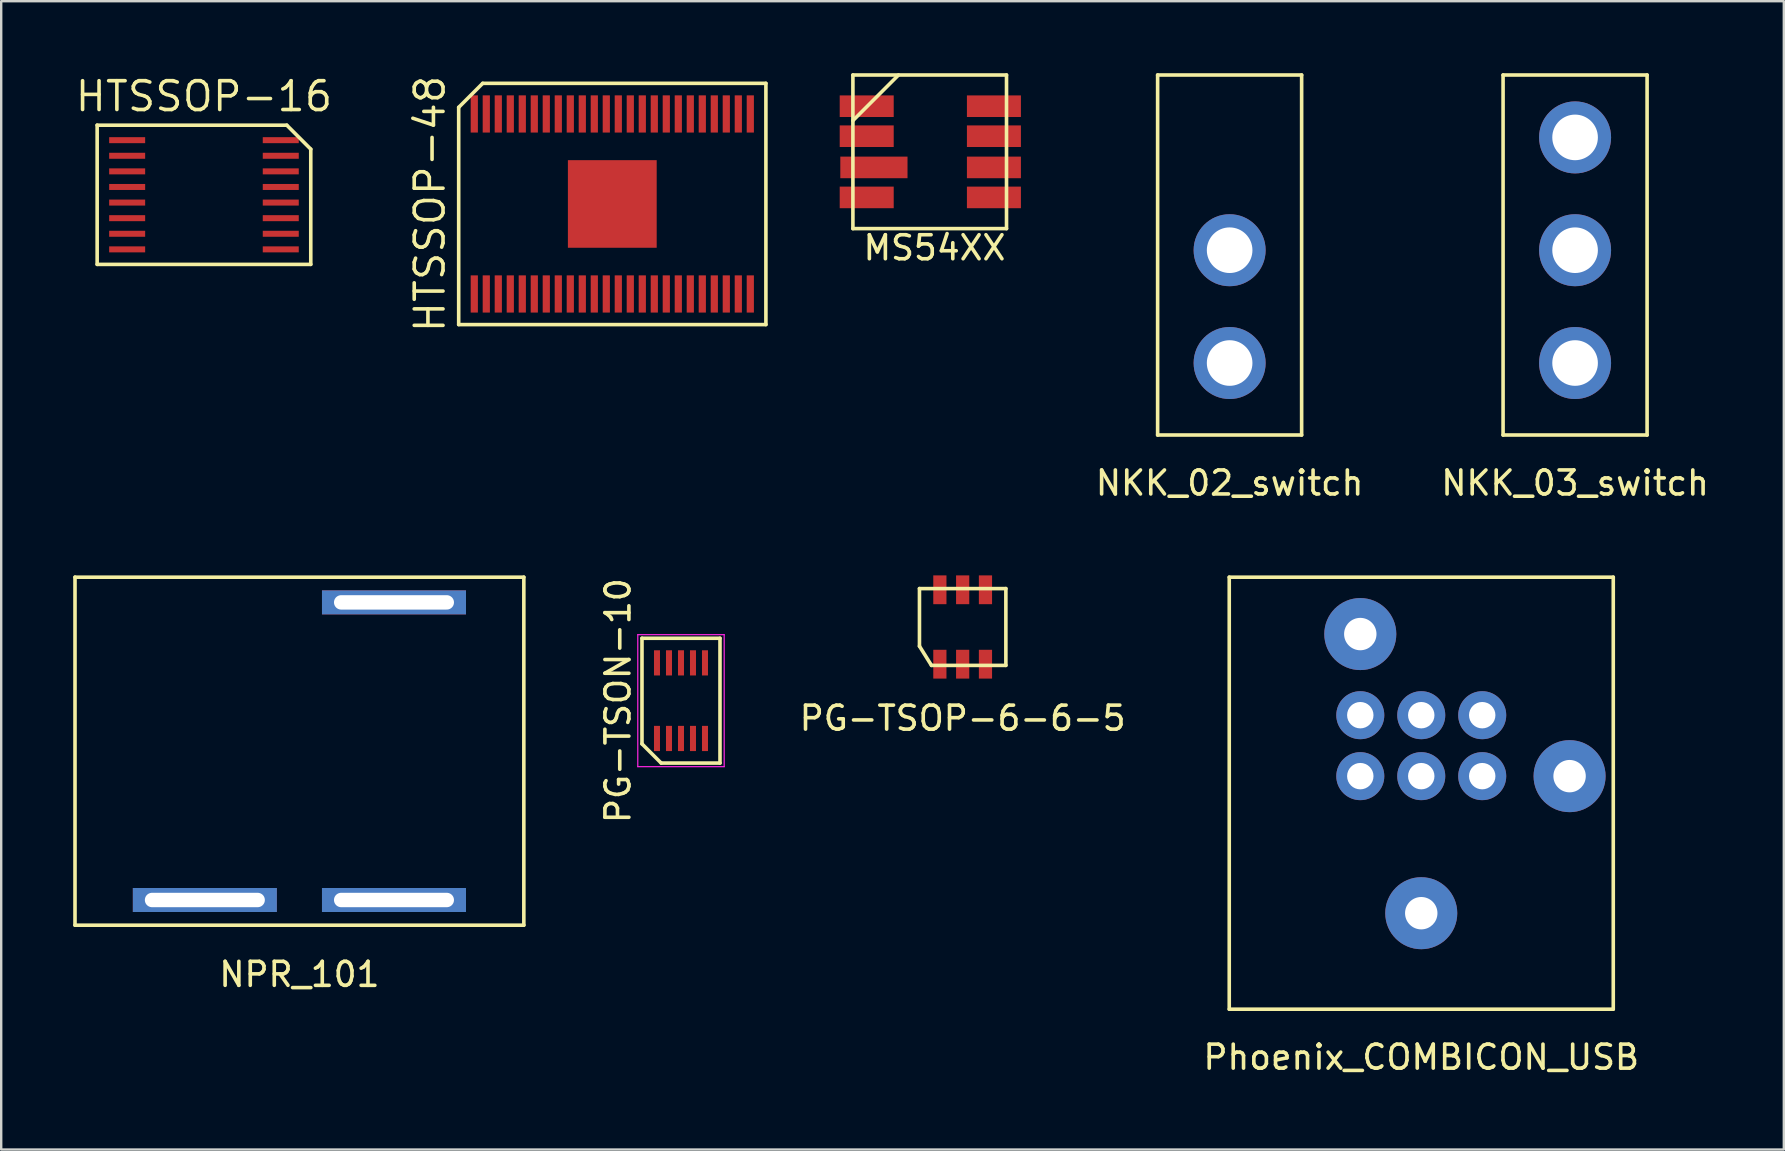
<source format=kicad_pcb>
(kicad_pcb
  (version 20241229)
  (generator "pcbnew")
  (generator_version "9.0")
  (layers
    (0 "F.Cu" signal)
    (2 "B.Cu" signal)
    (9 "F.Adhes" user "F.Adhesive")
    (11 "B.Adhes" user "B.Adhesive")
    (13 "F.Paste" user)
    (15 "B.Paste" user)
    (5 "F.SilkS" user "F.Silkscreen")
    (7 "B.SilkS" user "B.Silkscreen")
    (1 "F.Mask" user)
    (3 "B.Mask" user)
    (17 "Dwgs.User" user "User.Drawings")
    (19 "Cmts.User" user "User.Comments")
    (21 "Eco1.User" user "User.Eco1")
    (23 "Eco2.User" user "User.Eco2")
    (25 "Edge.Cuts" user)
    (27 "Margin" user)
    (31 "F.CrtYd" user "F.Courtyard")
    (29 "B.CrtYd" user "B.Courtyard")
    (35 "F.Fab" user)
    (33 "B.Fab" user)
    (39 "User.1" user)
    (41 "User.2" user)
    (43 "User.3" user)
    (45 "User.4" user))
  (footprint "HTSSOP-48"
    (layer "F.Cu")
    (at 22.461 5.448)
    (property "Reference" "HTSSOP-48" (at -7.6 0 90) (layer "F.SilkS") (effects (font (size 1.2 1.2) (thickness 0.15))))
    (attr through_hole)
    (fp_line (start -6.4 -4.025) (end -6.4 5.025) (stroke (width 0.15) (type solid)) (layer "F.SilkS"))
    (fp_line (start -6.4 5.025) (end 6.4 5.025) (stroke (width 0.15) (type solid)) (layer "F.SilkS"))
    (fp_line (start -5.4 -5.025) (end -6.4 -4.025) (stroke (width 0.15) (type solid)) (layer "F.SilkS"))
    (fp_line (start 6.4 -5.025) (end -5.4 -5.025) (stroke (width 0.15) (type solid)) (layer "F.SilkS"))
    (fp_line (start 6.4 5.025) (end 6.4 -5.025) (stroke (width 0.15) (type solid)) (layer "F.SilkS"))
    (pad "1" smd rect (at -5.75 3.75) (size 0.3 1.55) (layers "F.Cu" "F.Mask" "F.Paste"))
    (pad "2" smd rect (at -5.25 3.75) (size 0.3 1.55) (layers "F.Cu" "F.Mask" "F.Paste"))
    (pad "3" smd rect (at -4.75 3.75) (size 0.3 1.55) (layers "F.Cu" "F.Mask" "F.Paste"))
    (pad "4" smd rect (at -4.25 3.75) (size 0.3 1.55) (layers "F.Cu" "F.Mask" "F.Paste"))
    (pad "5" smd rect (at -3.75 3.75) (size 0.3 1.55) (layers "F.Cu" "F.Mask" "F.Paste"))
    (pad "6" smd rect (at -3.25 3.75) (size 0.3 1.55) (layers "F.Cu" "F.Mask" "F.Paste"))
    (pad "7" smd rect (at -2.75 3.75) (size 0.3 1.55) (layers "F.Cu" "F.Mask" "F.Paste"))
    (pad "8" smd rect (at -2.25 3.75) (size 0.3 1.55) (layers "F.Cu" "F.Mask" "F.Paste"))
    (pad "9" smd rect (at -1.75 3.75) (size 0.3 1.55) (layers "F.Cu" "F.Mask" "F.Paste"))
    (pad "10" smd rect (at -1.25 3.75) (size 0.3 1.55) (layers "F.Cu" "F.Mask" "F.Paste"))
    (pad "11" smd rect (at -0.75 3.75) (size 0.3 1.55) (layers "F.Cu" "F.Mask" "F.Paste"))
    (pad "12" smd rect (at -0.25 3.75) (size 0.3 1.55) (layers "F.Cu" "F.Mask" "F.Paste"))
    (pad "12" smd rect (at 0 0) (size 3.7 3.65) (layers "F.Cu" "F.Mask" "F.Paste"))
    (pad "13" smd rect (at 0.25 3.75) (size 0.3 1.55) (layers "F.Cu" "F.Mask" "F.Paste"))
    (pad "14" smd rect (at 0.75 3.75) (size 0.3 1.55) (layers "F.Cu" "F.Mask" "F.Paste"))
    (pad "15" smd rect (at 1.25 3.75) (size 0.3 1.55) (layers "F.Cu" "F.Mask" "F.Paste"))
    (pad "16" smd rect (at 1.75 3.75) (size 0.3 1.55) (layers "F.Cu" "F.Mask" "F.Paste"))
    (pad "17" smd rect (at 2.25 3.75) (size 0.3 1.55) (layers "F.Cu" "F.Mask" "F.Paste"))
    (pad "18" smd rect (at 2.75 3.75) (size 0.3 1.55) (layers "F.Cu" "F.Mask" "F.Paste"))
    (pad "19" smd rect (at 3.25 3.75) (size 0.3 1.55) (layers "F.Cu" "F.Mask" "F.Paste"))
    (pad "20" smd rect (at 3.75 3.75) (size 0.3 1.55) (layers "F.Cu" "F.Mask" "F.Paste"))
    (pad "21" smd rect (at 4.25 3.75) (size 0.3 1.55) (layers "F.Cu" "F.Mask" "F.Paste"))
    (pad "22" smd rect (at 4.75 3.75) (size 0.3 1.55) (layers "F.Cu" "F.Mask" "F.Paste"))
    (pad "23" smd rect (at 5.25 3.75) (size 0.3 1.55) (layers "F.Cu" "F.Mask" "F.Paste"))
    (pad "24" smd rect (at 5.75 3.75) (size 0.3 1.55) (layers "F.Cu" "F.Mask" "F.Paste"))
    (pad "25" smd rect (at 5.75 -3.75) (size 0.3 1.55) (layers "F.Cu" "F.Mask" "F.Paste"))
    (pad "26" smd rect (at 5.25 -3.75) (size 0.3 1.55) (layers "F.Cu" "F.Mask" "F.Paste"))
    (pad "27" smd rect (at 4.75 -3.75) (size 0.3 1.55) (layers "F.Cu" "F.Mask" "F.Paste"))
    (pad "28" smd rect (at 4.25 -3.75) (size 0.3 1.55) (layers "F.Cu" "F.Mask" "F.Paste"))
    (pad "29" smd rect (at 3.75 -3.75) (size 0.3 1.55) (layers "F.Cu" "F.Mask" "F.Paste"))
    (pad "30" smd rect (at 3.25 -3.75) (size 0.3 1.55) (layers "F.Cu" "F.Mask" "F.Paste"))
    (pad "31" smd rect (at 2.75 -3.75) (size 0.3 1.55) (layers "F.Cu" "F.Mask" "F.Paste"))
    (pad "32" smd rect (at 2.25 -3.75) (size 0.3 1.55) (layers "F.Cu" "F.Mask" "F.Paste"))
    (pad "33" smd rect (at 1.75 -3.75) (size 0.3 1.55) (layers "F.Cu" "F.Mask" "F.Paste"))
    (pad "34" smd rect (at 1.25 -3.75) (size 0.3 1.55) (layers "F.Cu" "F.Mask" "F.Paste"))
    (pad "35" smd rect (at 0.75 -3.75) (size 0.3 1.55) (layers "F.Cu" "F.Mask" "F.Paste"))
    (pad "36" smd rect (at 0.25 -3.75) (size 0.3 1.55) (layers "F.Cu" "F.Mask" "F.Paste"))
    (pad "37" smd rect (at -0.25 -3.75) (size 0.3 1.55) (layers "F.Cu" "F.Mask" "F.Paste"))
    (pad "38" smd rect (at -0.75 -3.75) (size 0.3 1.55) (layers "F.Cu" "F.Mask" "F.Paste"))
    (pad "39" smd rect (at -1.25 -3.75) (size 0.3 1.55) (layers "F.Cu" "F.Mask" "F.Paste"))
    (pad "40" smd rect (at -1.75 -3.75) (size 0.3 1.55) (layers "F.Cu" "F.Mask" "F.Paste"))
    (pad "41" smd rect (at -2.25 -3.75) (size 0.3 1.55) (layers "F.Cu" "F.Mask" "F.Paste"))
    (pad "42" smd rect (at -2.75 -3.75) (size 0.3 1.55) (layers "F.Cu" "F.Mask" "F.Paste"))
    (pad "43" smd rect (at -3.25 -3.75) (size 0.3 1.55) (layers "F.Cu" "F.Mask" "F.Paste"))
    (pad "44" smd rect (at -3.75 -3.75) (size 0.3 1.55) (layers "F.Cu" "F.Mask" "F.Paste"))
    (pad "45" smd rect (at -4.25 -3.75) (size 0.3 1.55) (layers "F.Cu" "F.Mask" "F.Paste"))
    (pad "46" smd rect (at -4.75 -3.75) (size 0.3 1.55) (layers "F.Cu" "F.Mask" "F.Paste"))
    (pad "47" smd rect (at -5.25 -3.75) (size 0.3 1.55) (layers "F.Cu" "F.Mask" "F.Paste"))
    (pad "48" smd rect (at -5.75 -3.75) (size 0.3 1.55) (layers "F.Cu" "F.Mask" "F.Paste")))
  (footprint "HTSSOP-16"
    (layer "F.Cu")
    (at 5.723 4.74)
    (property "Reference" "HTSSOP-16" (at -0.275 -3.775 0) (layer "F.SilkS") (effects (font (size 1.2 1.2) (thickness 0.15))))
    (attr through_hole)
    (fp_line (start -4.725 -2.575) (end -4.725 3.225) (stroke (width 0.15) (type solid)) (layer "F.SilkS"))
    (fp_line (start -4.725 3.225) (end 4.175 3.225) (stroke (width 0.15) (type solid)) (layer "F.SilkS"))
    (fp_line (start 3.175 -2.575) (end -4.725 -2.575) (stroke (width 0.15) (type solid)) (layer "F.SilkS"))
    (fp_line (start 4.175 -1.575) (end 3.175 -2.575) (stroke (width 0.15) (type solid)) (layer "F.SilkS"))
    (fp_line (start 4.175 3.225) (end 4.175 -1.575) (stroke (width 0.15) (type solid)) (layer "F.SilkS"))
    (pad "1" smd rect (at -3.475 -1.95 270) (size 0.25 1.5) (layers "F.Cu" "F.Mask" "F.Paste"))
    (pad "2" smd rect (at -3.475 -1.3 270) (size 0.25 1.5) (layers "F.Cu" "F.Mask" "F.Paste"))
    (pad "3" smd rect (at -3.475 -0.65 270) (size 0.25 1.5) (layers "F.Cu" "F.Mask" "F.Paste"))
    (pad "4" smd rect (at -3.475 0 270) (size 0.25 1.5) (layers "F.Cu" "F.Mask" "F.Paste"))
    (pad "5" smd rect (at -3.475 0.65 270) (size 0.25 1.5) (layers "F.Cu" "F.Mask" "F.Paste"))
    (pad "6" smd rect (at -3.475 1.3 270) (size 0.25 1.5) (layers "F.Cu" "F.Mask" "F.Paste"))
    (pad "7" smd rect (at -3.475 1.95 270) (size 0.25 1.5) (layers "F.Cu" "F.Mask" "F.Paste"))
    (pad "8" smd rect (at -3.475 2.6 270) (size 0.25 1.5) (layers "F.Cu" "F.Mask" "F.Paste"))
    (pad "9" smd rect (at 2.925 2.6 270) (size 0.25 1.5) (layers "F.Cu" "F.Mask" "F.Paste"))
    (pad "10" smd rect (at 2.925 1.95 270) (size 0.25 1.5) (layers "F.Cu" "F.Mask" "F.Paste"))
    (pad "11" smd rect (at 2.925 1.3 270) (size 0.25 1.5) (layers "F.Cu" "F.Mask" "F.Paste"))
    (pad "12" smd rect (at 2.925 0.65 270) (size 0.25 1.5) (layers "F.Cu" "F.Mask" "F.Paste"))
    (pad "13" smd rect (at 2.925 0 270) (size 0.25 1.5) (layers "F.Cu" "F.Mask" "F.Paste"))
    (pad "14" smd rect (at 2.925 -0.65 270) (size 0.25 1.5) (layers "F.Cu" "F.Mask" "F.Paste"))
    (pad "15" smd rect (at 2.925 -1.3 270) (size 0.25 1.5) (layers "F.Cu" "F.Mask" "F.Paste"))
    (pad "16" smd rect (at 2.925 -1.95 270) (size 0.25 1.5) (layers "F.Cu" "F.Mask" "F.Paste")))
  (footprint "MS54XX"
    (layer "F.Cu")
    (at 35.686 3.275)
    (property "Reference" "MS54XX" (at 0.2 4 0) (layer "F.SilkS") (effects (font (size 1 1) (thickness 0.15))))
    (attr through_hole)
    (fp_line (start -3.2 -3.2) (end 3.2 -3.2) (stroke (width 0.15) (type solid)) (layer "F.SilkS"))
    (fp_line (start -3.2 -1.3) (end -1.3 -3.2) (stroke (width 0.15) (type solid)) (layer "F.SilkS"))
    (fp_line (start -3.2 3.2) (end -3.2 -3.2) (stroke (width 0.15) (type solid)) (layer "F.SilkS"))
    (fp_line (start 3.2 -3.2) (end 3.2 3.2) (stroke (width 0.15) (type solid)) (layer "F.SilkS"))
    (fp_line (start 3.2 3.2) (end -3.2 3.2) (stroke (width 0.15) (type solid)) (layer "F.SilkS"))
    (pad "1" smd rect (at -2.625 -1.9) (size 2.25 0.9) (layers "F.Cu" "F.Mask" "F.Paste"))
    (pad "2" smd rect (at -2.625 -0.65) (size 2.25 0.9) (layers "F.Cu" "F.Mask" "F.Paste"))
    (pad "3" smd rect (at -2.325 0.65) (size 2.8 0.9) (layers "F.Cu" "F.Mask" "F.Paste"))
    (pad "4" smd rect (at -2.625 1.9) (size 2.25 0.9) (layers "F.Cu" "F.Mask" "F.Paste"))
    (pad "5" smd rect (at 2.675 1.9) (size 2.25 0.9) (layers "F.Cu" "F.Mask" "F.Paste"))
    (pad "6" smd rect (at 2.675 0.65) (size 2.25 0.9) (layers "F.Cu" "F.Mask" "F.Paste"))
    (pad "7" smd rect (at 2.675 -0.65) (size 2.25 0.9) (layers "F.Cu" "F.Mask" "F.Paste"))
    (pad "8" smd rect (at 2.675 -1.9) (size 2.25 0.9) (layers "F.Cu" "F.Mask" "F.Paste")))
  (footprint "NKK_02_switch"
    (layer "F.Cu")
    (at 48.182 12.075)
    (property "Reference" "NKK_02_switch" (at 0 5 0) (layer "F.SilkS") (effects (font (size 1 1) (thickness 0.15))))
    (attr through_hole)
    (fp_line (start -3 -12) (end 3 -12) (stroke (width 0.15) (type solid)) (layer "F.SilkS"))
    (fp_line (start -3 3) (end -3 -12) (stroke (width 0.15) (type solid)) (layer "F.SilkS"))
    (fp_line (start 3 -12) (end 3 3) (stroke (width 0.15) (type solid)) (layer "F.SilkS"))
    (fp_line (start 3 3) (end -3 3) (stroke (width 0.15) (type solid)) (layer "F.SilkS"))
    (pad "1" thru_hole circle (at 0 0 90) (size 3 3) (drill 1.9) (layers "*.Cu" "*.Mask"))
    (pad "2" thru_hole circle (at 0 -4.7 90) (size 3 3) (drill 1.9) (layers "*.Cu" "*.Mask")))
  (footprint "PG-TSON-10"
    (layer "F.Cu")
    (at 25.323 26.143)
    (property "Reference" "PG-TSON-10" (at -2.625 0 90) (layer "F.SilkS") (effects (font (size 1 1) (thickness 0.15))))
    (attr smd)
    (fp_line (start -1.625 -2.6) (end 1.625 -2.6) (stroke (width 0.15) (type solid)) (layer "F.SilkS"))
    (fp_line (start -1.625 1.8) (end -1.625 -2.6) (stroke (width 0.15) (type solid)) (layer "F.SilkS"))
    (fp_line (start -0.825 2.6) (end -1.625 1.8) (stroke (width 0.15) (type solid)) (layer "F.SilkS"))
    (fp_line (start 1.625 -2.6) (end 1.625 2.6) (stroke (width 0.15) (type solid)) (layer "F.SilkS"))
    (fp_line (start 1.625 2.6) (end -0.825 2.6) (stroke (width 0.15) (type solid)) (layer "F.SilkS"))
    (fp_line (start -1.8 -2.75) (end 1.8 -2.75) (stroke (width 0.05) (type solid)) (layer "F.CrtYd"))
    (fp_line (start -1.8 2.75) (end -1.8 -2.75) (stroke (width 0.05) (type solid)) (layer "F.CrtYd"))
    (fp_line (start 1.8 -2.75) (end 1.8 2.75) (stroke (width 0.05) (type solid)) (layer "F.CrtYd"))
    (fp_line (start 1.8 2.75) (end -1.8 2.75) (stroke (width 0.05) (type solid)) (layer "F.CrtYd"))
    (pad "1" smd rect (at -1 1.575) (size 0.25 1.05) (layers "F.Cu" "F.Mask" "F.Paste"))
    (pad "2" smd rect (at -0.5 1.575) (size 0.25 1.05) (layers "F.Cu" "F.Mask" "F.Paste"))
    (pad "3" smd rect (at 0 1.575) (size 0.25 1.05) (layers "F.Cu" "F.Mask" "F.Paste"))
    (pad "4" smd rect (at 0.5 1.575) (size 0.25 1.05) (layers "F.Cu" "F.Mask" "F.Paste"))
    (pad "5" smd rect (at 1 1.575) (size 0.25 1.05) (layers "F.Cu" "F.Mask" "F.Paste"))
    (pad "6" smd rect (at 1 -1.575) (size 0.25 1.05) (layers "F.Cu" "F.Mask" "F.Paste"))
    (pad "7" smd rect (at 0.5 -1.575) (size 0.25 1.05) (layers "F.Cu" "F.Mask" "F.Paste"))
    (pad "8" smd rect (at 0 -1.575) (size 0.25 1.05) (layers "F.Cu" "F.Mask" "F.Paste"))
    (pad "9" smd rect (at -0.5 -1.575) (size 0.25 1.05) (layers "F.Cu" "F.Mask" "F.Paste"))
    (pad "10" smd rect (at -1 -1.575) (size 0.25 1.05) (layers "F.Cu" "F.Mask" "F.Paste")))
  (footprint "NPR_101"
    (layer "F.Cu")
    (at 9.425 28.248)
    (property "Reference" "NPR_101" (at 0 9.3 0) (layer "F.SilkS") (effects (font (size 1 1) (thickness 0.15))))
    (attr through_hole)
    (fp_line (start -9.35 -7.25) (end 9.35 -7.25) (stroke (width 0.15) (type solid)) (layer "F.SilkS"))
    (fp_line (start -9.35 7.25) (end -9.35 -7.25) (stroke (width 0.15) (type solid)) (layer "F.SilkS"))
    (fp_line (start 9.35 -7.25) (end 9.35 7.25) (stroke (width 0.15) (type solid)) (layer "F.SilkS"))
    (fp_line (start 9.35 7.25) (end -9.35 7.25) (stroke (width 0.15) (type solid)) (layer "F.SilkS"))
    (pad "1" thru_hole rect (at 3.94 6.2) (size 6 1) (drill oval 5 0.6) (layers "*.Cu" "*.Mask"))
    (pad "2" thru_hole rect (at 3.94 -6.2) (size 6 1) (drill oval 5 0.6) (layers "*.Cu" "*.Mask"))
    (pad "3" thru_hole rect (at -3.94 6.2) (size 6 1) (drill oval 5 0.6) (layers "*.Cu" "*.Mask")))
  (footprint "PG-TSOP-6-6-5"
    (layer "F.Cu")
    (at 37.059 23.073)
    (property "Reference" "PG-TSOP-6-6-5" (at 0 3.8 0) (layer "F.SilkS") (effects (font (size 1 1) (thickness 0.15))))
    (attr through_hole)
    (fp_line (start -1.8 -1.6) (end 1.8 -1.6) (stroke (width 0.15) (type solid)) (layer "F.SilkS"))
    (fp_line (start -1.8 0.8) (end -1.8 -1.6) (stroke (width 0.15) (type solid)) (layer "F.SilkS"))
    (fp_line (start -1.3 1.6) (end -1.8 0.8) (stroke (width 0.15) (type solid)) (layer "F.SilkS"))
    (fp_line (start 1.8 -1.6) (end 1.8 1.6) (stroke (width 0.15) (type solid)) (layer "F.SilkS"))
    (fp_line (start 1.8 1.6) (end -1.3 1.6) (stroke (width 0.15) (type solid)) (layer "F.SilkS"))
    (pad "1" smd rect (at -0.95 1.55) (size 0.55 1.2) (layers "F.Cu" "F.Mask" "F.Paste"))
    (pad "2" smd rect (at 0 1.55) (size 0.55 1.2) (layers "F.Cu" "F.Mask" "F.Paste"))
    (pad "3" smd rect (at 0.95 1.55) (size 0.55 1.2) (layers "F.Cu" "F.Mask" "F.Paste"))
    (pad "4" smd rect (at 0.95 -1.55) (size 0.55 1.2) (layers "F.Cu" "F.Mask" "F.Paste"))
    (pad "5" smd rect (at 0 -1.55) (size 0.55 1.2) (layers "F.Cu" "F.Mask" "F.Paste"))
    (pad "6" smd rect (at -0.95 -1.55) (size 0.55 1.2) (layers "F.Cu" "F.Mask" "F.Paste")))
  (footprint "NKK_03_switch"
    (layer "F.Cu")
    (at 62.575 12.075)
    (property "Reference" "NKK_03_switch" (at 0 5 0) (layer "F.SilkS") (effects (font (size 1 1) (thickness 0.15))))
    (attr through_hole)
    (fp_line (start -3 -12) (end 3 -12) (stroke (width 0.15) (type solid)) (layer "F.SilkS"))
    (fp_line (start -3 3) (end -3 -12) (stroke (width 0.15) (type solid)) (layer "F.SilkS"))
    (fp_line (start 3 -12) (end 3 3) (stroke (width 0.15) (type solid)) (layer "F.SilkS"))
    (fp_line (start 3 3) (end -3 3) (stroke (width 0.15) (type solid)) (layer "F.SilkS"))
    (pad "1" thru_hole circle (at 0 0 90) (size 3 3) (drill 1.9) (layers "*.Cu" "*.Mask"))
    (pad "2" thru_hole circle (at 0 -4.7 90) (size 3 3) (drill 1.9) (layers "*.Cu" "*.Mask"))
    (pad "3" thru_hole circle (at 0 -9.4 90) (size 3 3) (drill 1.9) (layers "*.Cu" "*.Mask")))
  (footprint "Phoenix_COMBICON_USB"
    (layer "F.Cu")
    (at 56.166 34.998)
    (property "Reference" "Phoenix_COMBICON_USB" (at 0 6 0) (layer "F.SilkS") (effects (font (size 1 1) (thickness 0.15))))
    (attr through_hole)
    (fp_line (start -8 -14) (end 8 -14) (stroke (width 0.15) (type solid)) (layer "F.SilkS"))
    (fp_line (start -8 4) (end -8 -14) (stroke (width 0.15) (type solid)) (layer "F.SilkS"))
    (fp_line (start 8 -14) (end 8 4) (stroke (width 0.15) (type solid)) (layer "F.SilkS"))
    (fp_line (start 8 4) (end -8 4) (stroke (width 0.15) (type solid)) (layer "F.SilkS"))
    (pad "" thru_hole circle (at -2.54 -11.63 90) (size 3 3) (drill 1.35) (layers "*.Cu" "*.Mask"))
    (pad "" thru_hole circle (at 0 0 90) (size 3 3) (drill 1.35) (layers "*.Cu" "*.Mask"))
    (pad "" thru_hole circle (at 2.54 -8.25 90) (size 2 2) (drill 1.1) (layers "*.Cu" "*.Mask"))
    (pad "" thru_hole circle (at 6.18 -5.71 90) (size 3 3) (drill 1.35) (layers "*.Cu" "*.Mask"))
    (pad "1" thru_hole circle (at -2.54 -5.71 90) (size 2 2) (drill 1.1) (layers "*.Cu" "*.Mask"))
    (pad "2" thru_hole circle (at -2.54 -8.25 90) (size 2 2) (drill 1.1) (layers "*.Cu" "*.Mask"))
    (pad "3" thru_hole circle (at 0 -8.25 90) (size 2 2) (drill 1.1) (layers "*.Cu" "*.Mask"))
    (pad "4" thru_hole circle (at 2.54 -5.71 90) (size 2 2) (drill 1.1) (layers "*.Cu" "*.Mask"))
    (pad "5" thru_hole circle (at 0 -5.71 90) (size 2 2) (drill 1.1) (layers "*.Cu" "*.Mask")))
  (gr_rect
    (start -3 -3)
    (end 71.272 44.846)
    (stroke (width 0.1) (type default))
    (fill no)
    (layer "Edge.Cuts")))
</source>
